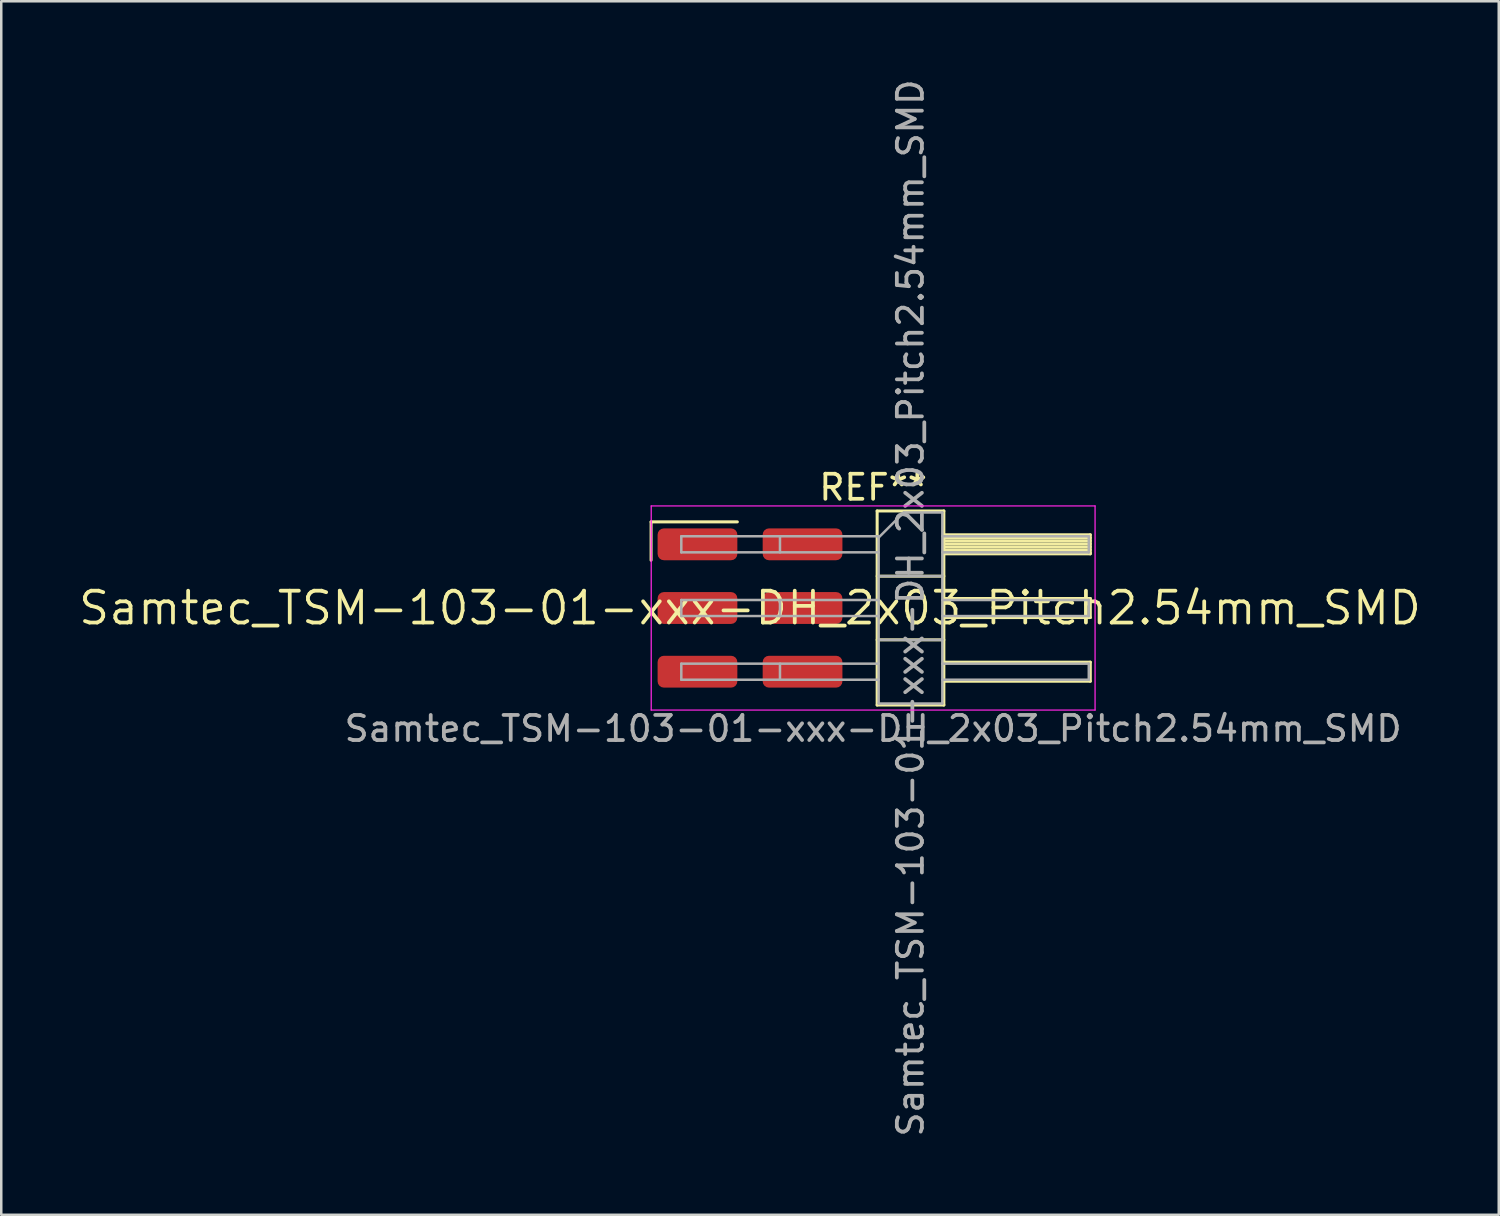
<source format=kicad_pcb>
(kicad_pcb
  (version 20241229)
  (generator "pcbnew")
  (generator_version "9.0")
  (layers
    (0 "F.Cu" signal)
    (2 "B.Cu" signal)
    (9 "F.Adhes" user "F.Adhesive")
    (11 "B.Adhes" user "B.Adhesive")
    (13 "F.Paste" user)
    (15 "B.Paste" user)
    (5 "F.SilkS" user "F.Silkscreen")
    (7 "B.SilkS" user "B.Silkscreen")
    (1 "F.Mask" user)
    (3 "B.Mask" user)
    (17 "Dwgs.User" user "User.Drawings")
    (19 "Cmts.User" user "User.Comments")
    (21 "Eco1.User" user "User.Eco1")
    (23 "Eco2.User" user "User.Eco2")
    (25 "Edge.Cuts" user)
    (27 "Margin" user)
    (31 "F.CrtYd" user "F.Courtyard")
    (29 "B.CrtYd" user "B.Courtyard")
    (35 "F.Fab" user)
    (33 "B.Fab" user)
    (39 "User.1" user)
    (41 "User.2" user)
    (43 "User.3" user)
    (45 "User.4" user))
  (footprint "Samtec_TSM-103-01-xxx-DH_2x03_Pitch2.54mm_SMD"
    (layer "F.Cu")
    (at 26.859 21.196)
    (property "Reference" "Samtec_TSM-103-01-xxx-DH_2x03_Pitch2.54mm_SMD" (at 0 0 0) (layer "F.SilkS") (effects (font (size 1.27 1.27) (thickness 0.15))))
    (attr smd)
    (fp_line (start -3.945 -3.435) (end -0.505 -3.435) (stroke (width 0.12) (type solid)) (layer "F.SilkS"))
    (fp_line (start -3.945 -1.905) (end -3.945 -3.435) (stroke (width 0.12) (type solid)) (layer "F.SilkS"))
    (fp_line (start 5.07 -3.87) (end 7.73 -3.87) (stroke (width 0.12) (type solid)) (layer "F.SilkS"))
    (fp_line (start 5.07 -1.27) (end 7.73 -1.27) (stroke (width 0.12) (type solid)) (layer "F.SilkS"))
    (fp_line (start 5.07 1.27) (end 7.73 1.27) (stroke (width 0.12) (type solid)) (layer "F.SilkS"))
    (fp_line (start 5.07 3.87) (end 5.07 -3.87) (stroke (width 0.12) (type solid)) (layer "F.SilkS"))
    (fp_line (start 7.73 -3.87) (end 7.73 3.87) (stroke (width 0.12) (type solid)) (layer "F.SilkS"))
    (fp_line (start 7.73 -2.92) (end 13.57 -2.92) (stroke (width 0.12) (type solid)) (layer "F.SilkS"))
    (fp_line (start 7.73 -2.8) (end 13.57 -2.8) (stroke (width 0.12) (type solid)) (layer "F.SilkS"))
    (fp_line (start 7.73 -2.68) (end 13.57 -2.68) (stroke (width 0.12) (type solid)) (layer "F.SilkS"))
    (fp_line (start 7.73 -2.56) (end 13.57 -2.56) (stroke (width 0.12) (type solid)) (layer "F.SilkS"))
    (fp_line (start 7.73 -2.44) (end 13.57 -2.44) (stroke (width 0.12) (type solid)) (layer "F.SilkS"))
    (fp_line (start 7.73 -2.32) (end 13.57 -2.32) (stroke (width 0.12) (type solid)) (layer "F.SilkS"))
    (fp_line (start 7.73 -2.2) (end 13.57 -2.2) (stroke (width 0.12) (type solid)) (layer "F.SilkS"))
    (fp_line (start 7.73 -2.16) (end 13.57 -2.16) (stroke (width 0.12) (type solid)) (layer "F.SilkS"))
    (fp_line (start 7.73 -0.38) (end 13.57 -0.38) (stroke (width 0.12) (type solid)) (layer "F.SilkS"))
    (fp_line (start 7.73 0.38) (end 13.57 0.38) (stroke (width 0.12) (type solid)) (layer "F.SilkS"))
    (fp_line (start 7.73 2.16) (end 13.57 2.16) (stroke (width 0.12) (type solid)) (layer "F.SilkS"))
    (fp_line (start 7.73 2.92) (end 13.57 2.92) (stroke (width 0.12) (type solid)) (layer "F.SilkS"))
    (fp_line (start 7.73 3.87) (end 5.07 3.87) (stroke (width 0.12) (type solid)) (layer "F.SilkS"))
    (fp_line (start 13.57 -2.92) (end 13.57 -2.16) (stroke (width 0.12) (type solid)) (layer "F.SilkS"))
    (fp_line (start 13.57 -0.38) (end 13.57 0.38) (stroke (width 0.12) (type solid)) (layer "F.SilkS"))
    (fp_line (start 13.57 2.16) (end 13.57 2.92) (stroke (width 0.12) (type solid)) (layer "F.SilkS"))
    (fp_line (start -3.94 -4.07) (end 13.76 -4.07) (stroke (width 0.05) (type solid)) (layer "F.CrtYd"))
    (fp_line (start -3.94 4.07) (end -3.94 -4.07) (stroke (width 0.05) (type solid)) (layer "F.CrtYd"))
    (fp_line (start 13.76 -4.07) (end 13.76 4.07) (stroke (width 0.05) (type solid)) (layer "F.CrtYd"))
    (fp_line (start 13.76 4.07) (end -3.94 4.07) (stroke (width 0.05) (type solid)) (layer "F.CrtYd"))
    (fp_line (start -2.74 -2.86) (end -2.74 -2.22) (stroke (width 0.1) (type solid)) (layer "F.Fab"))
    (fp_line (start -2.74 -2.86) (end 5.13 -2.86) (stroke (width 0.1) (type solid)) (layer "F.Fab"))
    (fp_line (start -2.74 -2.22) (end 5.13 -2.22) (stroke (width 0.1) (type solid)) (layer "F.Fab"))
    (fp_line (start -2.74 -0.32) (end -2.74 0.32) (stroke (width 0.1) (type solid)) (layer "F.Fab"))
    (fp_line (start -2.74 -0.32) (end 5.13 -0.32) (stroke (width 0.1) (type solid)) (layer "F.Fab"))
    (fp_line (start -2.74 0.32) (end 5.13 0.32) (stroke (width 0.1) (type solid)) (layer "F.Fab"))
    (fp_line (start -2.74 2.22) (end -2.74 2.86) (stroke (width 0.1) (type solid)) (layer "F.Fab"))
    (fp_line (start -2.74 2.22) (end 5.13 2.22) (stroke (width 0.1) (type solid)) (layer "F.Fab"))
    (fp_line (start -2.74 2.86) (end 5.13 2.86) (stroke (width 0.1) (type solid)) (layer "F.Fab"))
    (fp_line (start 1.195 -2.86) (end 1.195 -2.22) (stroke (width 0.1) (type solid)) (layer "F.Fab"))
    (fp_line (start 1.195 -0.32) (end 1.195 0.32) (stroke (width 0.1) (type solid)) (layer "F.Fab"))
    (fp_line (start 1.195 2.22) (end 1.195 2.86) (stroke (width 0.1) (type solid)) (layer "F.Fab"))
    (fp_line (start 5.13 -2.81) (end 6.13 -3.81) (stroke (width 0.1) (type solid)) (layer "F.Fab"))
    (fp_line (start 5.13 -1.27) (end 7.67 -1.27) (stroke (width 0.1) (type solid)) (layer "F.Fab"))
    (fp_line (start 5.13 1.27) (end 7.67 1.27) (stroke (width 0.1) (type solid)) (layer "F.Fab"))
    (fp_line (start 5.13 3.81) (end 5.13 -2.81) (stroke (width 0.1) (type solid)) (layer "F.Fab"))
    (fp_line (start 6.13 -3.81) (end 7.67 -3.81) (stroke (width 0.1) (type solid)) (layer "F.Fab"))
    (fp_line (start 7.67 -3.81) (end 7.67 3.81) (stroke (width 0.1) (type solid)) (layer "F.Fab"))
    (fp_line (start 7.67 -2.86) (end 13.51 -2.86) (stroke (width 0.1) (type solid)) (layer "F.Fab"))
    (fp_line (start 7.67 -2.22) (end 13.51 -2.22) (stroke (width 0.1) (type solid)) (layer "F.Fab"))
    (fp_line (start 7.67 -0.32) (end 13.51 -0.32) (stroke (width 0.1) (type solid)) (layer "F.Fab"))
    (fp_line (start 7.67 0.32) (end 13.51 0.32) (stroke (width 0.1) (type solid)) (layer "F.Fab"))
    (fp_line (start 7.67 2.22) (end 13.51 2.22) (stroke (width 0.1) (type solid)) (layer "F.Fab"))
    (fp_line (start 7.67 2.86) (end 13.51 2.86) (stroke (width 0.1) (type solid)) (layer "F.Fab"))
    (fp_line (start 7.67 3.81) (end 5.13 3.81) (stroke (width 0.1) (type solid)) (layer "F.Fab"))
    (fp_line (start 13.51 -2.86) (end 13.51 -2.22) (stroke (width 0.1) (type solid)) (layer "F.Fab"))
    (fp_line (start 13.51 -0.32) (end 13.51 0.32) (stroke (width 0.1) (type solid)) (layer "F.Fab"))
    (fp_line (start 13.51 2.22) (end 13.51 2.86) (stroke (width 0.1) (type solid)) (layer "F.Fab"))
    (fp_text user "REF**" (at 4.91 -4.81 0) (layer "F.SilkS") (effects (font (size 1 1) (thickness 0.15))))
    (fp_text user "Samtec_TSM-103-01-xxx-DH_2x03_Pitch2.54mm_SMD" (at 4.91 4.81 0) (layer "F.Fab") (effects (font (size 1 1) (thickness 0.15))))
    (fp_text user "${REFERENCE}" (at 6.4 0 90) (layer "F.Fab") (effects (font (size 1 1) (thickness 0.15))))
    (pad "1" smd roundrect (at -2.095 -2.54) (size 3.18 1.27) (layers "F.Cu" "F.Mask" "F.Paste") (roundrect_rratio 0.197))
    (pad "2" smd roundrect (at 2.095 -2.54) (size 3.18 1.27) (layers "F.Cu" "F.Mask" "F.Paste") (roundrect_rratio 0.197))
    (pad "3" smd roundrect (at -2.095 0) (size 3.18 1.27) (layers "F.Cu" "F.Mask" "F.Paste") (roundrect_rratio 0.197))
    (pad "4" smd roundrect (at 2.095 0) (size 3.18 1.27) (layers "F.Cu" "F.Mask" "F.Paste") (roundrect_rratio 0.197))
    (pad "5" smd roundrect (at -2.095 2.54) (size 3.18 1.27) (layers "F.Cu" "F.Mask" "F.Paste") (roundrect_rratio 0.197))
    (pad "6" smd roundrect (at 2.095 2.54) (size 3.18 1.27) (layers "F.Cu" "F.Mask" "F.Paste") (roundrect_rratio 0.197)))
  (gr_rect
    (start -3 -3)
    (end 56.717 45.393)
    (stroke (width 0.1) (type default))
    (fill no)
    (layer "Edge.Cuts")))
</source>
